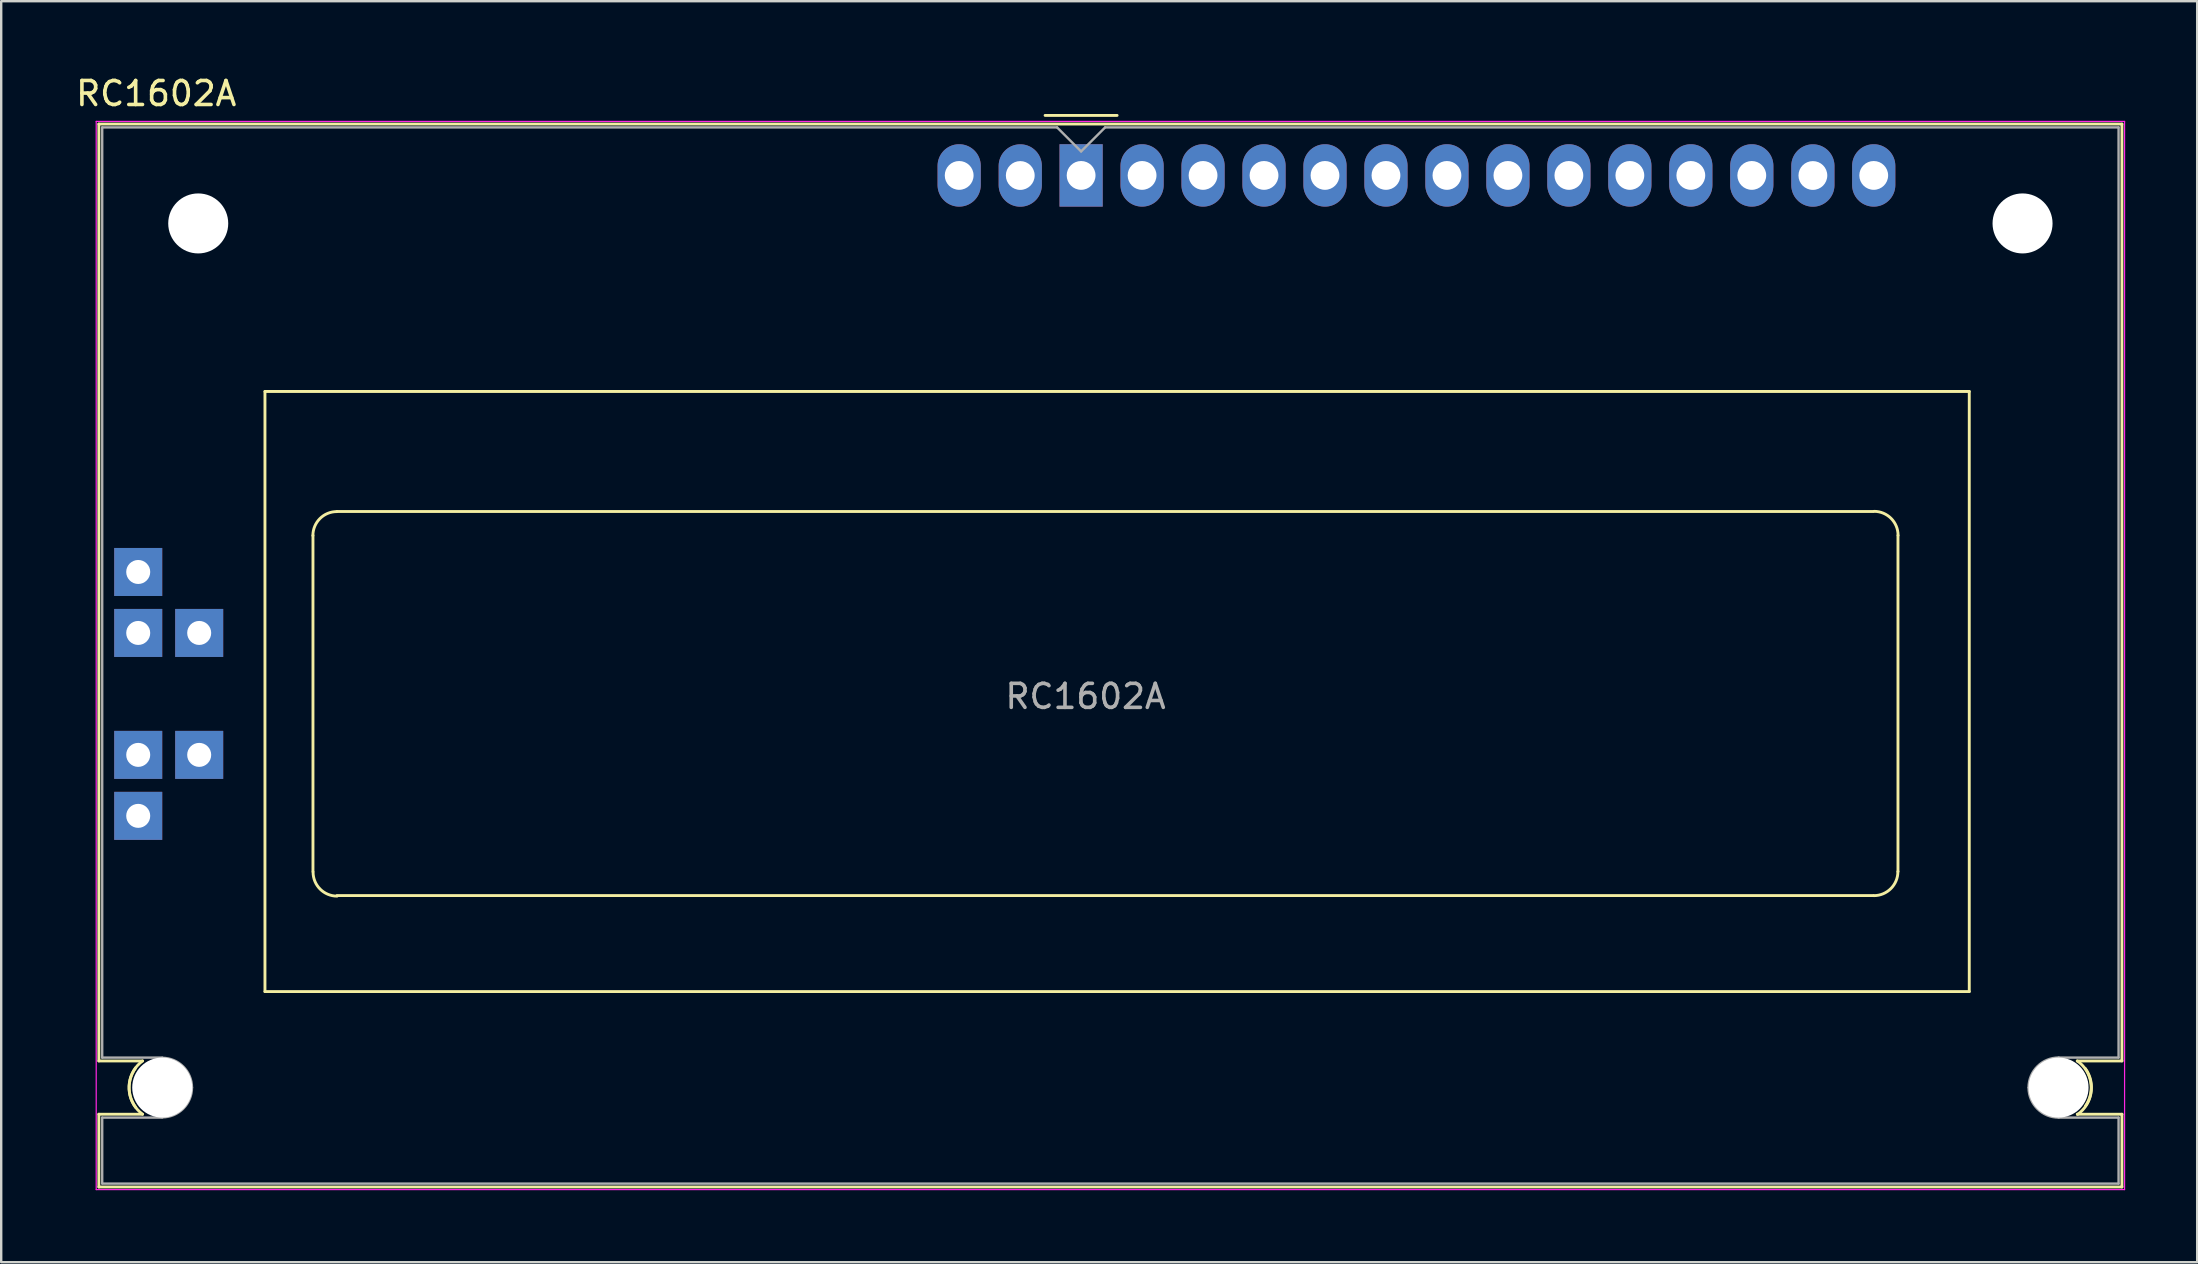
<source format=kicad_pcb>
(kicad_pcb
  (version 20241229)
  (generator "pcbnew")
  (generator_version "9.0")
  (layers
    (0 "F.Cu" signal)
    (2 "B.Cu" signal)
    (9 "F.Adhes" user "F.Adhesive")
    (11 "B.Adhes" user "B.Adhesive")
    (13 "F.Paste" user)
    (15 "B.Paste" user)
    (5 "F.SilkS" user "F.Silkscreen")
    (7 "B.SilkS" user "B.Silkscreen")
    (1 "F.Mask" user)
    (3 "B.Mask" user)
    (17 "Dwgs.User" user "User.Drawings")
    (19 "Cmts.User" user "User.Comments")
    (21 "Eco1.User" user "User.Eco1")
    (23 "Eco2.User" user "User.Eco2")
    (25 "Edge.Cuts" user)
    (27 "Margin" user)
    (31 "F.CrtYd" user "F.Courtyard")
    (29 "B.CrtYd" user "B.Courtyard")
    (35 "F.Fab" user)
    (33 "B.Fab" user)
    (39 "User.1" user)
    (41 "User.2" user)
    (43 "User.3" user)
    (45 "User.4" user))
  (footprint "RC1602A"
    (layer "F.Cu")
    (at 41.988 4.258)
    (property "Reference" "RC1602A" (at -38.53 -3.41 180) (layer "F.SilkS") (effects (font (size 1 1) (thickness 0.15))))
    (attr through_hole)
    (fp_line (start -40.92 -2.14) (end 43.36 -2.14) (stroke (width 0.12) (type solid)) (layer "F.SilkS"))
    (fp_line (start -40.92 36.89) (end -40.92 -2.14) (stroke (width 0.12) (type solid)) (layer "F.SilkS"))
    (fp_line (start -40.92 36.89) (end -39.1 36.89) (stroke (width 0.12) (type solid)) (layer "F.SilkS"))
    (fp_line (start -40.92 39.11) (end -39.1 39.11) (stroke (width 0.12) (type solid)) (layer "F.SilkS"))
    (fp_line (start -40.92 42.14) (end -40.92 39.11) (stroke (width 0.12) (type solid)) (layer "F.SilkS"))
    (fp_line (start -34 9) (end 37 9) (stroke (width 0.12) (type solid)) (layer "F.SilkS"))
    (fp_line (start -34 34) (end -34 9) (stroke (width 0.12) (type solid)) (layer "F.SilkS"))
    (fp_line (start -32 29) (end -32 15) (stroke (width 0.12) (type solid)) (layer "F.SilkS"))
    (fp_line (start -31 14) (end 33 14) (stroke (width 0.12) (type solid)) (layer "F.SilkS"))
    (fp_line (start -1.5 -2.5) (end 1.5 -2.5) (stroke (width 0.12) (type solid)) (layer "F.SilkS"))
    (fp_line (start 33 30) (end -31 30) (stroke (width 0.12) (type solid)) (layer "F.SilkS"))
    (fp_line (start 34.03 15) (end 34.03 29) (stroke (width 0.12) (type solid)) (layer "F.SilkS"))
    (fp_line (start 37 9) (end 37 34) (stroke (width 0.12) (type solid)) (layer "F.SilkS"))
    (fp_line (start 37 34) (end -34 34) (stroke (width 0.12) (type solid)) (layer "F.SilkS"))
    (fp_line (start 41.5 39.11) (end 43.36 39.11) (stroke (width 0.12) (type solid)) (layer "F.SilkS"))
    (fp_line (start 43.36 -2.14) (end 43.36 36.89) (stroke (width 0.12) (type solid)) (layer "F.SilkS"))
    (fp_line (start 43.36 36.89) (end 41.5 36.89) (stroke (width 0.12) (type solid)) (layer "F.SilkS"))
    (fp_line (start 43.36 39.11) (end 43.36 42.14) (stroke (width 0.12) (type solid)) (layer "F.SilkS"))
    (fp_line (start 43.36 42.14) (end -40.92 42.14) (stroke (width 0.12) (type solid)) (layer "F.SilkS"))
    (fp_arc (start -39.39 38.82) (mid -39.644716 37.794939) (end -39.1 36.89) (stroke (width 0.12) (type solid)) (layer "F.SilkS"))
    (fp_arc (start -39.1 39.11) (mid -39.644716 38.205061) (end -39.39 37.18) (stroke (width 0.12) (type solid)) (layer "F.SilkS"))
    (fp_arc (start -32.00286 15.00246) (mid -31.710488 14.296612) (end -31.00464 14.00424) (stroke (width 0.12) (type solid)) (layer "F.SilkS"))
    (fp_arc (start -30.99464 30.0237) (mid -31.702284 29.730584) (end -31.9954 29.02294) (stroke (width 0.12) (type solid)) (layer "F.SilkS"))
    (fp_arc (start 33.03574 13.99424) (mid 33.741588 14.286612) (end 34.03396 14.99246) (stroke (width 0.12) (type solid)) (layer "F.SilkS"))
    (fp_arc (start 34.0265 29.00294) (mid 33.733384 29.710584) (end 33.02574 30.0037) (stroke (width 0.12) (type solid)) (layer "F.SilkS"))
    (fp_arc (start 41.5 36.89) (mid 42.059361 37.759584) (end 41.84 38.77) (stroke (width 0.12) (type solid)) (layer "F.SilkS"))
    (fp_arc (start 41.84 37.21) (mid 42.070574 38.233345) (end 41.51 39.12) (stroke (width 0.12) (type solid)) (layer "F.SilkS"))
    (fp_line (start -41.03 -2.25) (end 43.47 -2.25) (stroke (width 0.05) (type solid)) (layer "F.CrtYd"))
    (fp_line (start -41.03 42.25) (end -41.03 -2.25) (stroke (width 0.05) (type solid)) (layer "F.CrtYd"))
    (fp_line (start -41.03 42.25) (end 43.47 42.25) (stroke (width 0.05) (type solid)) (layer "F.CrtYd"))
    (fp_line (start 43.47 42.25) (end 43.47 -2.25) (stroke (width 0.05) (type solid)) (layer "F.CrtYd"))
    (fp_line (start -40.78 -2) (end -1 -2) (stroke (width 0.1) (type solid)) (layer "F.Fab"))
    (fp_line (start -40.78 36.75) (end -40.78 -2) (stroke (width 0.1) (type solid)) (layer "F.Fab"))
    (fp_line (start -40.78 36.75) (end -38.28 36.75) (stroke (width 0.1) (type solid)) (layer "F.Fab"))
    (fp_line (start -40.78 39.25) (end -38.28 39.25) (stroke (width 0.1) (type solid)) (layer "F.Fab"))
    (fp_line (start -40.78 41.99) (end -40.78 39.25) (stroke (width 0.1) (type solid)) (layer "F.Fab"))
    (fp_line (start -1 -2) (end 0 -1) (stroke (width 0.1) (type solid)) (layer "F.Fab"))
    (fp_line (start 0 -1) (end 1 -2) (stroke (width 0.1) (type solid)) (layer "F.Fab"))
    (fp_line (start 1 -2) (end 43.22 -2) (stroke (width 0.1) (type solid)) (layer "F.Fab"))
    (fp_line (start 40.72 39.25) (end 43.22 39.25) (stroke (width 0.1) (type solid)) (layer "F.Fab"))
    (fp_line (start 43.22 -2) (end 43.22 36.75) (stroke (width 0.1) (type solid)) (layer "F.Fab"))
    (fp_line (start 43.22 36.75) (end 40.72 36.75) (stroke (width 0.1) (type solid)) (layer "F.Fab"))
    (fp_line (start 43.22 39.25) (end 43.22 42) (stroke (width 0.1) (type solid)) (layer "F.Fab"))
    (fp_line (start 43.22 42) (end -40.78 42) (stroke (width 0.1) (type solid)) (layer "F.Fab"))
    (fp_arc (start -38.28 36.76) (mid -37.403188 37.123188) (end -37.04 38) (stroke (width 0.1) (type solid)) (layer "F.Fab"))
    (fp_arc (start -37.04 38) (mid -37.403188 38.876812) (end -38.28 39.24) (stroke (width 0.1) (type solid)) (layer "F.Fab"))
    (fp_arc (start 39.47 37.99) (mid 39.843188 37.109045) (end 40.73 36.75) (stroke (width 0.1) (type solid)) (layer "F.Fab"))
    (fp_arc (start 40.73 39.25) (mid 39.843188 38.890955) (end 39.47 38.01) (stroke (width 0.1) (type solid)) (layer "F.Fab"))
    (fp_text user "${REFERENCE}" (at 0.185 21.705 0) (layer "F.Fab") (effects (font (size 1 1) (thickness 0.15))))
    (pad "" np_thru_hole circle (at -38.28 38 180) (size 2.5 2.5) (drill 2.5) (layers "*.Cu" "*.Mask"))
    (pad "" np_thru_hole circle (at -36.78 2 180) (size 2.5 2.5) (drill 2.5) (layers "*.Cu" "*.Mask"))
    (pad "" np_thru_hole circle (at 39.22 2 180) (size 2.5 2.5) (drill 2.5) (layers "*.Cu" "*.Mask"))
    (pad "" np_thru_hole circle (at 40.72 38 180) (size 2.5 2.5) (drill 2.5) (layers "*.Cu" "*.Mask"))
    (pad "1" thru_hole rect (at 0 0 180) (size 1.8 2.6) (drill 1.2) (layers "*.Cu" "*.Mask"))
    (pad "2" thru_hole oval (at 2.54 0 180) (size 1.8 2.6) (drill 1.2) (layers "*.Cu" "*.Mask"))
    (pad "3" thru_hole oval (at 5.08 0 180) (size 1.8 2.6) (drill 1.2) (layers "*.Cu" "*.Mask"))
    (pad "4" thru_hole oval (at 7.62 0 180) (size 1.8 2.6) (drill 1.2) (layers "*.Cu" "*.Mask"))
    (pad "5" thru_hole oval (at 10.16 0 180) (size 1.8 2.6) (drill 1.2) (layers "*.Cu" "*.Mask"))
    (pad "6" thru_hole oval (at 12.7 0 180) (size 1.8 2.6) (drill 1.2) (layers "*.Cu" "*.Mask"))
    (pad "7" thru_hole oval (at 15.24 0 180) (size 1.8 2.6) (drill 1.2) (layers "*.Cu" "*.Mask"))
    (pad "8" thru_hole oval (at 17.78 0 180) (size 1.8 2.6) (drill 1.2) (layers "*.Cu" "*.Mask"))
    (pad "9" thru_hole oval (at 20.32 0 180) (size 1.8 2.6) (drill 1.2) (layers "*.Cu" "*.Mask"))
    (pad "10" thru_hole oval (at 22.86 0 180) (size 1.8 2.6) (drill 1.2) (layers "*.Cu" "*.Mask"))
    (pad "11" thru_hole oval (at 25.4 0 180) (size 1.8 2.6) (drill 1.2) (layers "*.Cu" "*.Mask"))
    (pad "12" thru_hole oval (at 27.94 0 180) (size 1.8 2.6) (drill 1.2) (layers "*.Cu" "*.Mask"))
    (pad "13" thru_hole oval (at 30.485 0.003 180) (size 1.8 2.6) (drill 1.2) (layers "*.Cu" "*.Mask"))
    (pad "14" thru_hole oval (at 33.02 0 180) (size 1.8 2.6) (drill 1.2) (layers "*.Cu" "*.Mask"))
    (pad "15" thru_hole oval (at -5.08 0 180) (size 1.8 2.6) (drill 1.2) (layers "*.Cu" "*.Mask"))
    (pad "16" thru_hole oval (at -2.535 0.003 180) (size 1.8 2.6) (drill 1.2) (layers "*.Cu" "*.Mask"))
    (pad "A1" thru_hole rect (at -39.28 24.14 180) (size 2 2) (drill 1) (layers "*.Cu" "*.Mask"))
    (pad "A1" thru_hole rect (at -39.28 26.68 180) (size 2 2) (drill 1) (layers "*.Cu" "*.Mask"))
    (pad "A1" thru_hole rect (at -36.74 24.14 180) (size 2 2) (drill 1) (layers "*.Cu" "*.Mask"))
    (pad "K1" thru_hole rect (at -39.28 16.52 180) (size 2 2) (drill 1) (layers "*.Cu" "*.Mask"))
    (pad "K1" thru_hole rect (at -39.28 19.06 180) (size 2 2) (drill 1) (layers "*.Cu" "*.Mask"))
    (pad "K1" thru_hole rect (at -36.74 19.06 180) (size 2 2) (drill 1) (layers "*.Cu" "*.Mask")))
  (gr_rect
    (start -3 -3)
    (end 88.483 49.533)
    (stroke (width 0.1) (type default))
    (fill no)
    (layer "Edge.Cuts")))
</source>
